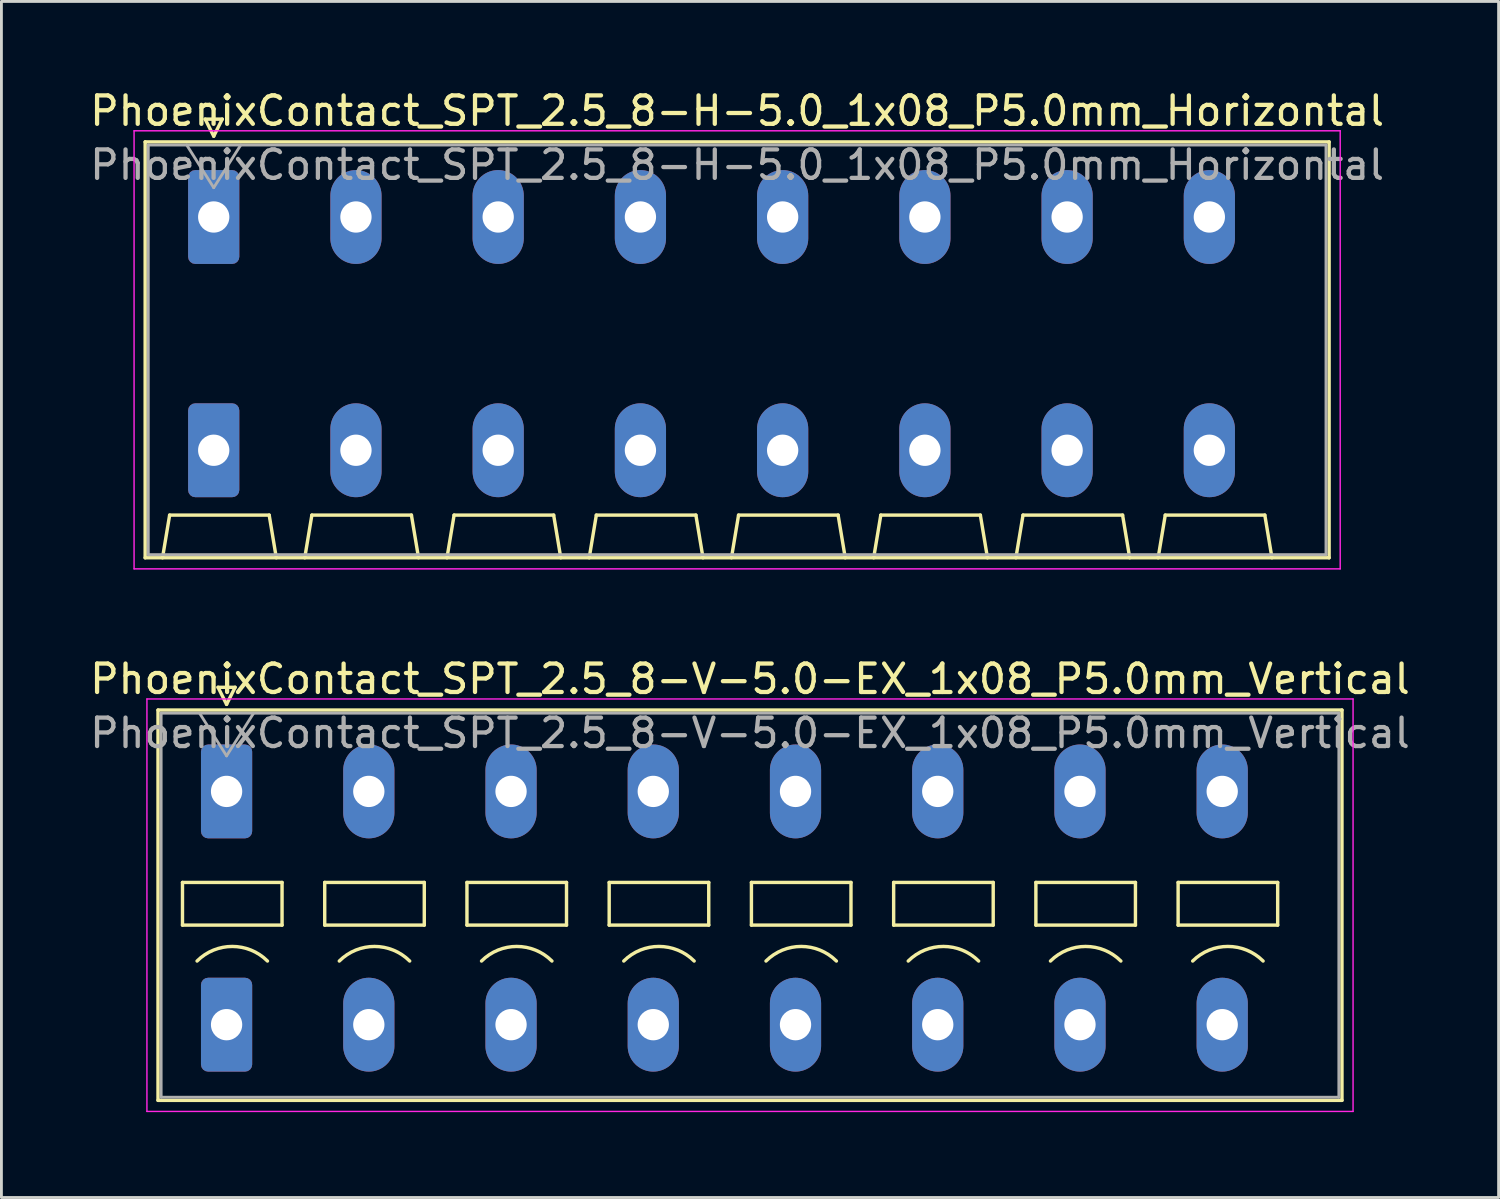
<source format=kicad_pcb>
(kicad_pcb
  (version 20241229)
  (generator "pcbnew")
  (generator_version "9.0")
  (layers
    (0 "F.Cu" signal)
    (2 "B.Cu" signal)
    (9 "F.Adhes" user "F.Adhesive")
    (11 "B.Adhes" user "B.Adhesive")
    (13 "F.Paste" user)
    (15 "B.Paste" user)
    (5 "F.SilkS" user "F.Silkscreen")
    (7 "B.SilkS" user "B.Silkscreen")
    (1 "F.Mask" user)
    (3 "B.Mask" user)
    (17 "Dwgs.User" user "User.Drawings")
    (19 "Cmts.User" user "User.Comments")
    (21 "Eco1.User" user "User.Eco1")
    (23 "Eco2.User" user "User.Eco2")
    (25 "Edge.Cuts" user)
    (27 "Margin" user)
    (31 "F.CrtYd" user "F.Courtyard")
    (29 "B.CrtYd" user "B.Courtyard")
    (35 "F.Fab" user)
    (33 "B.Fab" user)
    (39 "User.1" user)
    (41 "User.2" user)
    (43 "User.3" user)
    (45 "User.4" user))
  (footprint "PhoenixContact_SPT_2.5_8-H-5.0_1x08_P5.0mm_Horizontal"
    (layer "F.Cu")
    (at 4.463 4.578)
    (property "Reference" "PhoenixContact_SPT_2.5_8-H-5.0_1x08_P5.0mm_Horizontal" (at 18.4 -3.73 0) (layer "F.SilkS") (effects (font (size 1 1) (thickness 0.15))))
    (attr through_hole)
    (fp_line (start -2.41 -2.64) (end 39.21 -2.64) (stroke (width 0.12) (type solid)) (layer "F.SilkS"))
    (fp_line (start -2.41 11.98) (end -2.41 -2.64) (stroke (width 0.12) (type solid)) (layer "F.SilkS"))
    (fp_line (start -1.8 11.98) (end -1.55 10.48) (stroke (width 0.12) (type solid)) (layer "F.SilkS"))
    (fp_line (start -1.55 10.48) (end 1.95 10.48) (stroke (width 0.12) (type solid)) (layer "F.SilkS"))
    (fp_line (start -0.3 -3.44) (end 0 -2.84) (stroke (width 0.12) (type solid)) (layer "F.SilkS"))
    (fp_line (start -0.3 -3.44) (end 0.3 -3.44) (stroke (width 0.12) (type solid)) (layer "F.SilkS"))
    (fp_line (start 0.3 -3.44) (end 0 -2.84) (stroke (width 0.12) (type solid)) (layer "F.SilkS"))
    (fp_line (start 2.2 11.98) (end 1.95 10.48) (stroke (width 0.12) (type solid)) (layer "F.SilkS"))
    (fp_line (start 3.2 11.98) (end 3.45 10.48) (stroke (width 0.12) (type solid)) (layer "F.SilkS"))
    (fp_line (start 3.45 10.48) (end 6.95 10.48) (stroke (width 0.12) (type solid)) (layer "F.SilkS"))
    (fp_line (start 7.2 11.98) (end 6.95 10.48) (stroke (width 0.12) (type solid)) (layer "F.SilkS"))
    (fp_line (start 8.2 11.98) (end 8.45 10.48) (stroke (width 0.12) (type solid)) (layer "F.SilkS"))
    (fp_line (start 8.45 10.48) (end 11.95 10.48) (stroke (width 0.12) (type solid)) (layer "F.SilkS"))
    (fp_line (start 12.2 11.98) (end 11.95 10.48) (stroke (width 0.12) (type solid)) (layer "F.SilkS"))
    (fp_line (start 13.2 11.98) (end 13.45 10.48) (stroke (width 0.12) (type solid)) (layer "F.SilkS"))
    (fp_line (start 13.45 10.48) (end 16.95 10.48) (stroke (width 0.12) (type solid)) (layer "F.SilkS"))
    (fp_line (start 17.2 11.98) (end 16.95 10.48) (stroke (width 0.12) (type solid)) (layer "F.SilkS"))
    (fp_line (start 18.2 11.98) (end 18.45 10.48) (stroke (width 0.12) (type solid)) (layer "F.SilkS"))
    (fp_line (start 18.45 10.48) (end 21.95 10.48) (stroke (width 0.12) (type solid)) (layer "F.SilkS"))
    (fp_line (start 22.2 11.98) (end 21.95 10.48) (stroke (width 0.12) (type solid)) (layer "F.SilkS"))
    (fp_line (start 23.2 11.98) (end 23.45 10.48) (stroke (width 0.12) (type solid)) (layer "F.SilkS"))
    (fp_line (start 23.45 10.48) (end 26.95 10.48) (stroke (width 0.12) (type solid)) (layer "F.SilkS"))
    (fp_line (start 27.2 11.98) (end 26.95 10.48) (stroke (width 0.12) (type solid)) (layer "F.SilkS"))
    (fp_line (start 28.2 11.98) (end 28.45 10.48) (stroke (width 0.12) (type solid)) (layer "F.SilkS"))
    (fp_line (start 28.45 10.48) (end 31.95 10.48) (stroke (width 0.12) (type solid)) (layer "F.SilkS"))
    (fp_line (start 32.2 11.98) (end 31.95 10.48) (stroke (width 0.12) (type solid)) (layer "F.SilkS"))
    (fp_line (start 33.2 11.98) (end 33.45 10.48) (stroke (width 0.12) (type solid)) (layer "F.SilkS"))
    (fp_line (start 33.45 10.48) (end 36.95 10.48) (stroke (width 0.12) (type solid)) (layer "F.SilkS"))
    (fp_line (start 37.2 11.98) (end 36.95 10.48) (stroke (width 0.12) (type solid)) (layer "F.SilkS"))
    (fp_line (start 39.21 -2.64) (end 39.21 11.98) (stroke (width 0.12) (type solid)) (layer "F.SilkS"))
    (fp_line (start 39.21 11.98) (end -2.41 11.98) (stroke (width 0.12) (type solid)) (layer "F.SilkS"))
    (fp_line (start -2.8 -3.03) (end -2.8 12.37) (stroke (width 0.05) (type solid)) (layer "F.CrtYd"))
    (fp_line (start -2.8 12.37) (end 39.6 12.37) (stroke (width 0.05) (type solid)) (layer "F.CrtYd"))
    (fp_line (start 39.6 -3.03) (end -2.8 -3.03) (stroke (width 0.05) (type solid)) (layer "F.CrtYd"))
    (fp_line (start 39.6 12.37) (end 39.6 -3.03) (stroke (width 0.05) (type solid)) (layer "F.CrtYd"))
    (fp_line (start -2.3 -2.53) (end -2.3 11.87) (stroke (width 0.1) (type solid)) (layer "F.Fab"))
    (fp_line (start -2.3 11.87) (end 39.1 11.87) (stroke (width 0.1) (type solid)) (layer "F.Fab"))
    (fp_line (start -0.95 -2.53) (end 0 -1.03) (stroke (width 0.1) (type solid)) (layer "F.Fab"))
    (fp_line (start 0.95 -2.53) (end 0 -1.03) (stroke (width 0.1) (type solid)) (layer "F.Fab"))
    (fp_line (start 39.1 -2.53) (end -2.3 -2.53) (stroke (width 0.1) (type solid)) (layer "F.Fab"))
    (fp_line (start 39.1 11.87) (end 39.1 -2.53) (stroke (width 0.1) (type solid)) (layer "F.Fab"))
    (fp_text user "${REFERENCE}" (at 18.4 -1.83 0) (layer "F.Fab") (effects (font (size 1 1) (thickness 0.15))))
    (pad "1" thru_hole roundrect (at 0 0) (size 1.8 3.3) (drill 1.1) (layers "*.Cu" "*.Mask") (roundrect_rratio 0.139))
    (pad "1" thru_hole roundrect (at 0 8.2) (size 1.8 3.3) (drill 1.1) (layers "*.Cu" "*.Mask") (roundrect_rratio 0.139))
    (pad "2" thru_hole oval (at 5 0) (size 1.8 3.3) (drill 1.1) (layers "*.Cu" "*.Mask"))
    (pad "2" thru_hole oval (at 5 8.2) (size 1.8 3.3) (drill 1.1) (layers "*.Cu" "*.Mask"))
    (pad "3" thru_hole oval (at 10 0) (size 1.8 3.3) (drill 1.1) (layers "*.Cu" "*.Mask"))
    (pad "3" thru_hole oval (at 10 8.2) (size 1.8 3.3) (drill 1.1) (layers "*.Cu" "*.Mask"))
    (pad "4" thru_hole oval (at 15 0) (size 1.8 3.3) (drill 1.1) (layers "*.Cu" "*.Mask"))
    (pad "4" thru_hole oval (at 15 8.2) (size 1.8 3.3) (drill 1.1) (layers "*.Cu" "*.Mask"))
    (pad "5" thru_hole oval (at 20 0) (size 1.8 3.3) (drill 1.1) (layers "*.Cu" "*.Mask"))
    (pad "5" thru_hole oval (at 20 8.2) (size 1.8 3.3) (drill 1.1) (layers "*.Cu" "*.Mask"))
    (pad "6" thru_hole oval (at 25 0) (size 1.8 3.3) (drill 1.1) (layers "*.Cu" "*.Mask"))
    (pad "6" thru_hole oval (at 25 8.2) (size 1.8 3.3) (drill 1.1) (layers "*.Cu" "*.Mask"))
    (pad "7" thru_hole oval (at 30 0) (size 1.8 3.3) (drill 1.1) (layers "*.Cu" "*.Mask"))
    (pad "7" thru_hole oval (at 30 8.2) (size 1.8 3.3) (drill 1.1) (layers "*.Cu" "*.Mask"))
    (pad "8" thru_hole oval (at 35 0) (size 1.8 3.3) (drill 1.1) (layers "*.Cu" "*.Mask"))
    (pad "8" thru_hole oval (at 35 8.2) (size 1.8 3.3) (drill 1.1) (layers "*.Cu" "*.Mask")))
  (footprint "PhoenixContact_SPT_2.5_8-V-5.0-EX_1x08_P5.0mm_Vertical"
    (layer "F.Cu")
    (at 4.915 24.771)
    (property "Reference" "PhoenixContact_SPT_2.5_8-V-5.0-EX_1x08_P5.0mm_Vertical" (at 18.4 -3.95 0) (layer "F.SilkS") (effects (font (size 1 1) (thickness 0.15))))
    (attr through_hole)
    (fp_line (start -2.41 -2.86) (end 39.21 -2.86) (stroke (width 0.12) (type solid)) (layer "F.SilkS"))
    (fp_line (start -2.41 10.86) (end -2.41 -2.86) (stroke (width 0.12) (type solid)) (layer "F.SilkS"))
    (fp_line (start -1.55 3.2) (end -1.55 4.7) (stroke (width 0.12) (type solid)) (layer "F.SilkS"))
    (fp_line (start -1.55 4.7) (end 1.95 4.7) (stroke (width 0.12) (type solid)) (layer "F.SilkS"))
    (fp_line (start -0.3 -3.66) (end 0 -3.06) (stroke (width 0.12) (type solid)) (layer "F.SilkS"))
    (fp_line (start -0.3 -3.66) (end 0.3 -3.66) (stroke (width 0.12) (type solid)) (layer "F.SilkS"))
    (fp_line (start 0.3 -3.66) (end 0 -3.06) (stroke (width 0.12) (type solid)) (layer "F.SilkS"))
    (fp_line (start 1.95 3.2) (end -1.55 3.2) (stroke (width 0.12) (type solid)) (layer "F.SilkS"))
    (fp_line (start 1.95 4.7) (end 1.95 3.2) (stroke (width 0.12) (type solid)) (layer "F.SilkS"))
    (fp_line (start 3.45 3.2) (end 3.45 4.7) (stroke (width 0.12) (type solid)) (layer "F.SilkS"))
    (fp_line (start 3.45 4.7) (end 6.95 4.7) (stroke (width 0.12) (type solid)) (layer "F.SilkS"))
    (fp_line (start 6.95 3.2) (end 3.45 3.2) (stroke (width 0.12) (type solid)) (layer "F.SilkS"))
    (fp_line (start 6.95 4.7) (end 6.95 3.2) (stroke (width 0.12) (type solid)) (layer "F.SilkS"))
    (fp_line (start 8.45 3.2) (end 8.45 4.7) (stroke (width 0.12) (type solid)) (layer "F.SilkS"))
    (fp_line (start 8.45 4.7) (end 11.95 4.7) (stroke (width 0.12) (type solid)) (layer "F.SilkS"))
    (fp_line (start 11.95 3.2) (end 8.45 3.2) (stroke (width 0.12) (type solid)) (layer "F.SilkS"))
    (fp_line (start 11.95 4.7) (end 11.95 3.2) (stroke (width 0.12) (type solid)) (layer "F.SilkS"))
    (fp_line (start 13.45 3.2) (end 13.45 4.7) (stroke (width 0.12) (type solid)) (layer "F.SilkS"))
    (fp_line (start 13.45 4.7) (end 16.95 4.7) (stroke (width 0.12) (type solid)) (layer "F.SilkS"))
    (fp_line (start 16.95 3.2) (end 13.45 3.2) (stroke (width 0.12) (type solid)) (layer "F.SilkS"))
    (fp_line (start 16.95 4.7) (end 16.95 3.2) (stroke (width 0.12) (type solid)) (layer "F.SilkS"))
    (fp_line (start 18.45 3.2) (end 18.45 4.7) (stroke (width 0.12) (type solid)) (layer "F.SilkS"))
    (fp_line (start 18.45 4.7) (end 21.95 4.7) (stroke (width 0.12) (type solid)) (layer "F.SilkS"))
    (fp_line (start 21.95 3.2) (end 18.45 3.2) (stroke (width 0.12) (type solid)) (layer "F.SilkS"))
    (fp_line (start 21.95 4.7) (end 21.95 3.2) (stroke (width 0.12) (type solid)) (layer "F.SilkS"))
    (fp_line (start 23.45 3.2) (end 23.45 4.7) (stroke (width 0.12) (type solid)) (layer "F.SilkS"))
    (fp_line (start 23.45 4.7) (end 26.95 4.7) (stroke (width 0.12) (type solid)) (layer "F.SilkS"))
    (fp_line (start 26.95 3.2) (end 23.45 3.2) (stroke (width 0.12) (type solid)) (layer "F.SilkS"))
    (fp_line (start 26.95 4.7) (end 26.95 3.2) (stroke (width 0.12) (type solid)) (layer "F.SilkS"))
    (fp_line (start 28.45 3.2) (end 28.45 4.7) (stroke (width 0.12) (type solid)) (layer "F.SilkS"))
    (fp_line (start 28.45 4.7) (end 31.95 4.7) (stroke (width 0.12) (type solid)) (layer "F.SilkS"))
    (fp_line (start 31.95 3.2) (end 28.45 3.2) (stroke (width 0.12) (type solid)) (layer "F.SilkS"))
    (fp_line (start 31.95 4.7) (end 31.95 3.2) (stroke (width 0.12) (type solid)) (layer "F.SilkS"))
    (fp_line (start 33.45 3.2) (end 33.45 4.7) (stroke (width 0.12) (type solid)) (layer "F.SilkS"))
    (fp_line (start 33.45 4.7) (end 36.95 4.7) (stroke (width 0.12) (type solid)) (layer "F.SilkS"))
    (fp_line (start 36.95 3.2) (end 33.45 3.2) (stroke (width 0.12) (type solid)) (layer "F.SilkS"))
    (fp_line (start 36.95 4.7) (end 36.95 3.2) (stroke (width 0.12) (type solid)) (layer "F.SilkS"))
    (fp_line (start 39.21 -2.86) (end 39.21 10.86) (stroke (width 0.12) (type solid)) (layer "F.SilkS"))
    (fp_line (start 39.21 10.86) (end -2.41 10.86) (stroke (width 0.12) (type solid)) (layer "F.SilkS"))
    (fp_arc (start -1.037437 5.962563) (mid 0.2 5.45) (end 1.437437 5.962563) (stroke (width 0.12) (type solid)) (layer "F.SilkS"))
    (fp_arc (start 3.962563 5.962563) (mid 5.2 5.45) (end 6.437437 5.962563) (stroke (width 0.12) (type solid)) (layer "F.SilkS"))
    (fp_arc (start 8.962563 5.962563) (mid 10.2 5.45) (end 11.437437 5.962563) (stroke (width 0.12) (type solid)) (layer "F.SilkS"))
    (fp_arc (start 13.962563 5.962563) (mid 15.2 5.45) (end 16.437437 5.962563) (stroke (width 0.12) (type solid)) (layer "F.SilkS"))
    (fp_arc (start 18.962563 5.962563) (mid 20.2 5.45) (end 21.437437 5.962563) (stroke (width 0.12) (type solid)) (layer "F.SilkS"))
    (fp_arc (start 23.962563 5.962563) (mid 25.2 5.45) (end 26.437437 5.962563) (stroke (width 0.12) (type solid)) (layer "F.SilkS"))
    (fp_arc (start 28.962563 5.962563) (mid 30.2 5.45) (end 31.437437 5.962563) (stroke (width 0.12) (type solid)) (layer "F.SilkS"))
    (fp_arc (start 33.962563 5.962563) (mid 35.2 5.45) (end 36.437437 5.962563) (stroke (width 0.12) (type solid)) (layer "F.SilkS"))
    (fp_line (start -2.8 -3.25) (end -2.8 11.25) (stroke (width 0.05) (type solid)) (layer "F.CrtYd"))
    (fp_line (start -2.8 11.25) (end 39.6 11.25) (stroke (width 0.05) (type solid)) (layer "F.CrtYd"))
    (fp_line (start 39.6 -3.25) (end -2.8 -3.25) (stroke (width 0.05) (type solid)) (layer "F.CrtYd"))
    (fp_line (start 39.6 11.25) (end 39.6 -3.25) (stroke (width 0.05) (type solid)) (layer "F.CrtYd"))
    (fp_line (start -2.3 -2.75) (end -2.3 10.75) (stroke (width 0.1) (type solid)) (layer "F.Fab"))
    (fp_line (start -2.3 10.75) (end 39.1 10.75) (stroke (width 0.1) (type solid)) (layer "F.Fab"))
    (fp_line (start -0.95 -2.75) (end 0 -1.25) (stroke (width 0.1) (type solid)) (layer "F.Fab"))
    (fp_line (start 0.95 -2.75) (end 0 -1.25) (stroke (width 0.1) (type solid)) (layer "F.Fab"))
    (fp_line (start 39.1 -2.75) (end -2.3 -2.75) (stroke (width 0.1) (type solid)) (layer "F.Fab"))
    (fp_line (start 39.1 10.75) (end 39.1 -2.75) (stroke (width 0.1) (type solid)) (layer "F.Fab"))
    (fp_text user "${REFERENCE}" (at 18.4 -2.05 0) (layer "F.Fab") (effects (font (size 1 1) (thickness 0.15))))
    (pad "1" thru_hole roundrect (at 0 0) (size 1.8 3.3) (drill 1.1) (layers "*.Cu" "*.Mask") (roundrect_rratio 0.139))
    (pad "1" thru_hole roundrect (at 0 8.2) (size 1.8 3.3) (drill 1.1) (layers "*.Cu" "*.Mask") (roundrect_rratio 0.139))
    (pad "2" thru_hole oval (at 5 0) (size 1.8 3.3) (drill 1.1) (layers "*.Cu" "*.Mask"))
    (pad "2" thru_hole oval (at 5 8.2) (size 1.8 3.3) (drill 1.1) (layers "*.Cu" "*.Mask"))
    (pad "3" thru_hole oval (at 10 0) (size 1.8 3.3) (drill 1.1) (layers "*.Cu" "*.Mask"))
    (pad "3" thru_hole oval (at 10 8.2) (size 1.8 3.3) (drill 1.1) (layers "*.Cu" "*.Mask"))
    (pad "4" thru_hole oval (at 15 0) (size 1.8 3.3) (drill 1.1) (layers "*.Cu" "*.Mask"))
    (pad "4" thru_hole oval (at 15 8.2) (size 1.8 3.3) (drill 1.1) (layers "*.Cu" "*.Mask"))
    (pad "5" thru_hole oval (at 20 0) (size 1.8 3.3) (drill 1.1) (layers "*.Cu" "*.Mask"))
    (pad "5" thru_hole oval (at 20 8.2) (size 1.8 3.3) (drill 1.1) (layers "*.Cu" "*.Mask"))
    (pad "6" thru_hole oval (at 25 0) (size 1.8 3.3) (drill 1.1) (layers "*.Cu" "*.Mask"))
    (pad "6" thru_hole oval (at 25 8.2) (size 1.8 3.3) (drill 1.1) (layers "*.Cu" "*.Mask"))
    (pad "7" thru_hole oval (at 30 0) (size 1.8 3.3) (drill 1.1) (layers "*.Cu" "*.Mask"))
    (pad "7" thru_hole oval (at 30 8.2) (size 1.8 3.3) (drill 1.1) (layers "*.Cu" "*.Mask"))
    (pad "8" thru_hole oval (at 35 0) (size 1.8 3.3) (drill 1.1) (layers "*.Cu" "*.Mask"))
    (pad "8" thru_hole oval (at 35 8.2) (size 1.8 3.3) (drill 1.1) (layers "*.Cu" "*.Mask")))
  (gr_rect
    (start -3 -3)
    (end 49.631 39.047)
    (stroke (width 0.1) (type default))
    (fill no)
    (layer "Edge.Cuts")))
</source>
